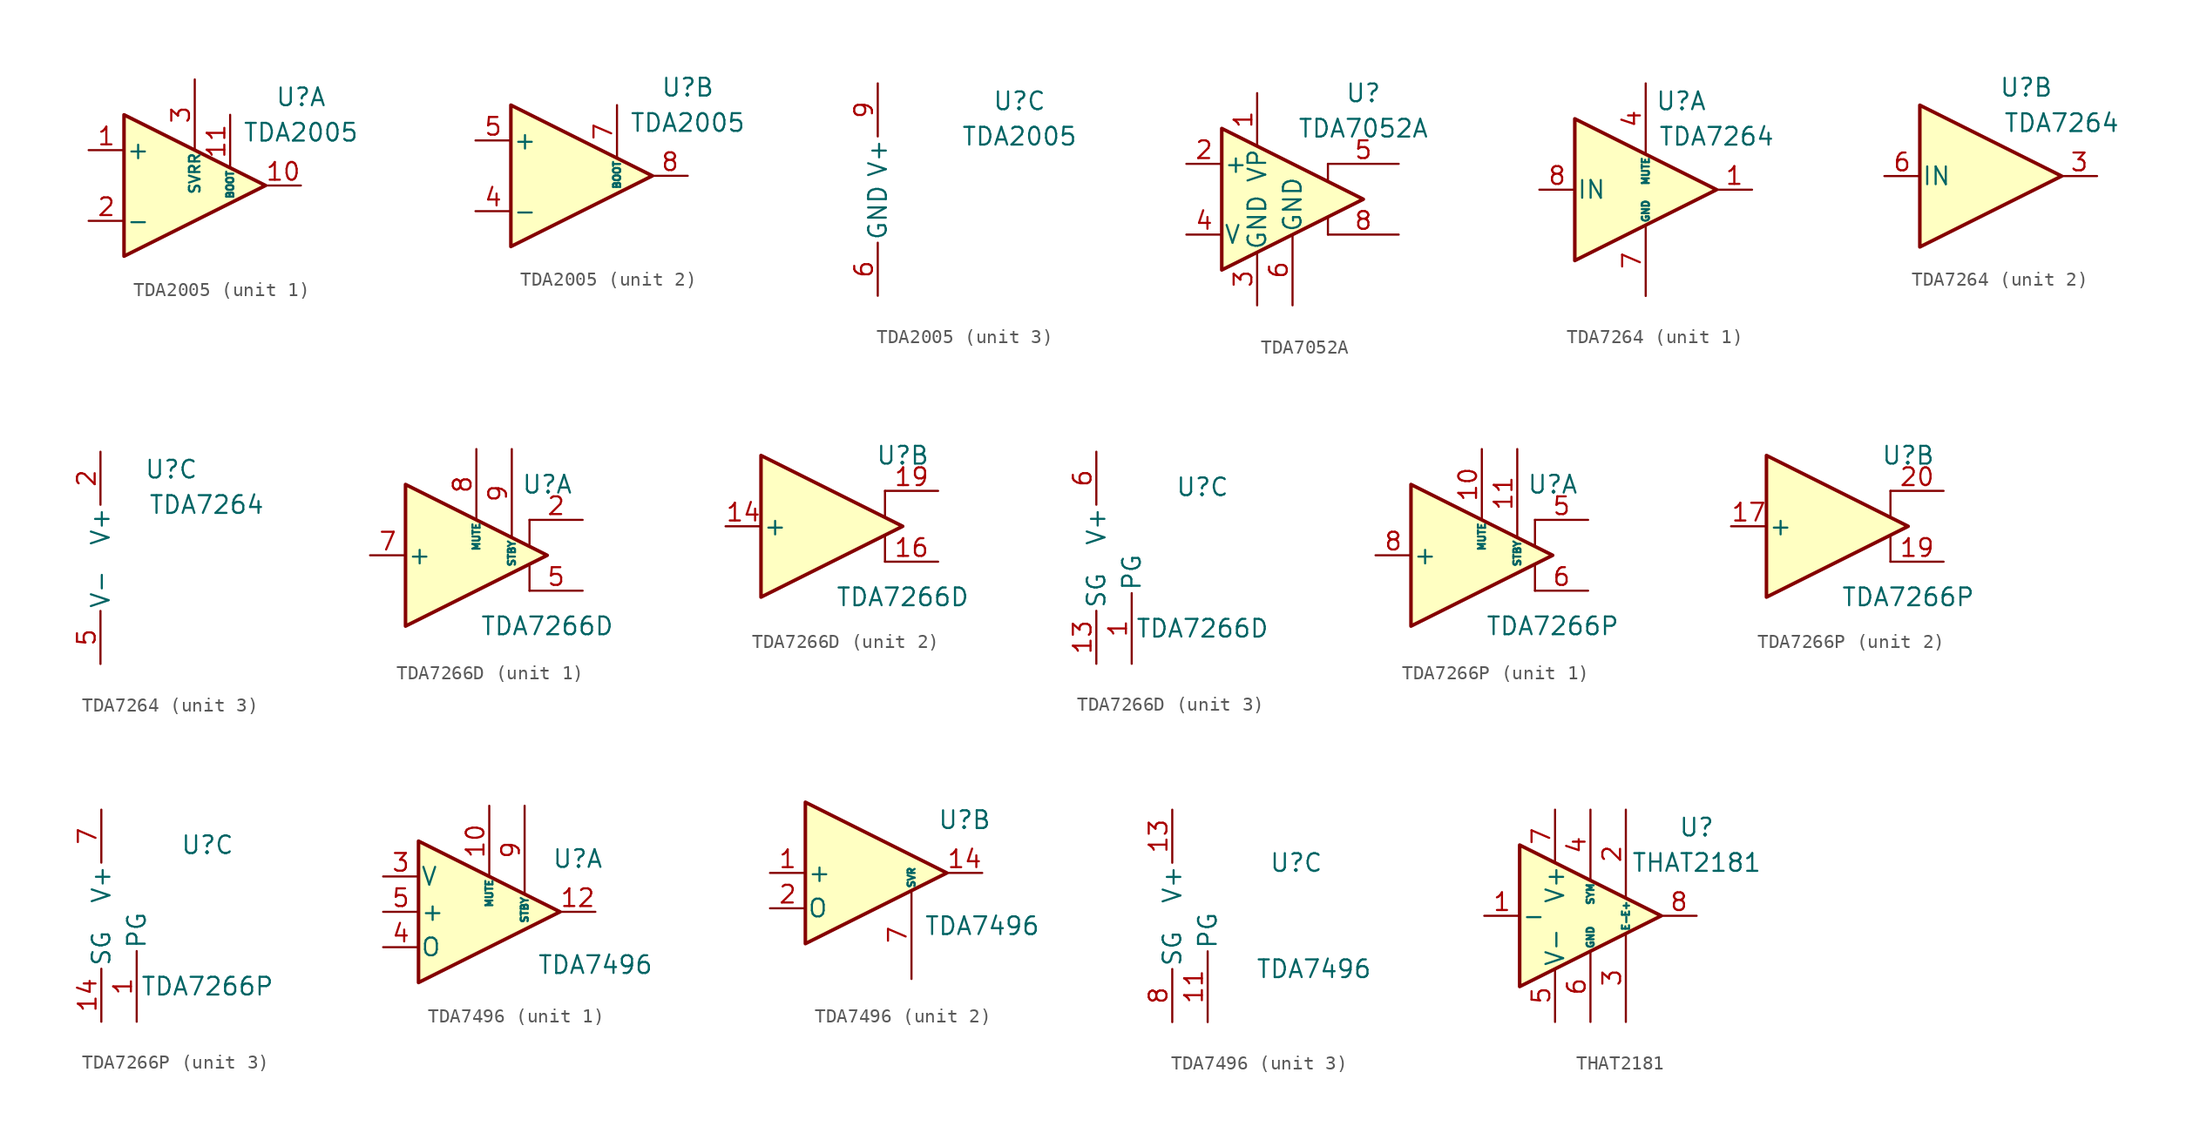
<source format=kicad_sym>
(kicad_symbol_lib
  (version 20201005)
  (generator kicad_symbol_editor)
  (symbol "TDA2005"
    (pin_names
      (offset 0.127))
    (property "Reference" "U"
      (at 7.62 6.35 0)
      (effects (font (size 1.27 1.27))))
    (property "Value" "TDA2005"
      (at 7.62 3.81 0)
      (effects (font (size 1.27 1.27))))
    (property "ki_locked" ""
      (at 0 0 0)
      (effects (font (size 1.27 1.27))))
    (symbol "TDA2005_1_1"
      (polyline (pts (xy -5.08 5.08) (xy 5.08 0) (xy -5.08 -5.08) (xy -5.08 5.08)) (stroke (width 0.254)) (fill (type background)))
      (pin input line (at -7.62 2.54 0) (length 2.54) (name "+" (effects (font (size 1.27 1.27)))) (number "1" (effects (font (size 1.27 1.27)))))
      (pin output line (at 7.62 0 180) (length 2.54) (name "~" (effects (font (size 1.27 1.27)))) (number "10" (effects (font (size 1.27 1.27)))))
      (pin passive line (at 2.54 5.08 270) (length 3.81) (name "BOOT" (effects (font (size 0.508 0.508)))) (number "11" (effects (font (size 1.27 1.27)))))
      (pin input line (at -7.62 -2.54 0) (length 2.54) (name "-" (effects (font (size 1.27 1.27)))) (number "2" (effects (font (size 1.27 1.27)))))
      (pin passive line (at 0 7.62 270) (length 5.08) (name "SVRR" (effects (font (size 0.762 0.762)))) (number "3" (effects (font (size 1.27 1.27))))))
    (symbol "TDA2005_2_1"
      (polyline (pts (xy -5.08 5.08) (xy 5.08 0) (xy -5.08 -5.08) (xy -5.08 5.08)) (stroke (width 0.254)) (fill (type background)))
      (pin input line (at -7.62 -2.54 0) (length 2.54) (name "-" (effects (font (size 1.27 1.27)))) (number "4" (effects (font (size 1.27 1.27)))))
      (pin input line (at -7.62 2.54 0) (length 2.54) (name "+" (effects (font (size 1.27 1.27)))) (number "5" (effects (font (size 1.27 1.27)))))
      (pin passive line (at 2.54 5.08 270) (length 3.81) (name "BOOT" (effects (font (size 0.508 0.508)))) (number "7" (effects (font (size 1.27 1.27)))))
      (pin output line (at 7.62 0 180) (length 2.54) (name "~" (effects (font (size 1.27 1.27)))) (number "8" (effects (font (size 1.27 1.27))))))
    (symbol "TDA2005_3_1"
      (pin power_in line (at -2.54 -7.62 90) (length 3.81) (name "GND" (effects (font (size 1.27 1.27)))) (number "6" (effects (font (size 1.27 1.27)))))
      (pin power_in line (at -2.54 7.62 270) (length 3.81) (name "V+" (effects (font (size 1.27 1.27)))) (number "9" (effects (font (size 1.27 1.27)))))))
  (symbol "TDA7052A"
    (pin_names
      (offset 0.127))
    (property "Reference" "U"
      (at 5.08 7.62 0)
      (effects (font (size 1.27 1.27))))
    (property "Value" "TDA7052A"
      (at 5.08 5.08 0)
      (effects (font (size 1.27 1.27))))
    (symbol "TDA7052A_0_1"
      (polyline (pts (xy 2.54 -1.27) (xy 2.54 -2.54)) (stroke (width 0)) (fill (type none)))
      (polyline (pts (xy 2.54 2.54) (xy 2.54 1.27)) (stroke (width 0)) (fill (type none)))
      (polyline (pts (xy 5.08 0) (xy -5.08 5.08) (xy -5.08 -5.08) (xy 5.08 0)) (stroke (width 0.254)) (fill (type background))))
    (symbol "TDA7052A_1_1"
      (pin power_in line (at -2.54 7.62 270) (length 3.81) (name "VP" (effects (font (size 1.27 1.27)))) (number "1" (effects (font (size 1.27 1.27)))))
      (pin input line (at -7.62 2.54 0) (length 2.54) (name "+" (effects (font (size 1.27 1.27)))) (number "2" (effects (font (size 1.27 1.27)))))
      (pin power_in line (at -2.54 -7.62 90) (length 3.81) (name "GND" (effects (font (size 1.27 1.27)))) (number "3" (effects (font (size 1.27 1.27)))))
      (pin input line (at -7.62 -2.54 0) (length 2.54) (name "V" (effects (font (size 1.27 1.27)))) (number "4" (effects (font (size 1.27 1.27)))))
      (pin output line (at 7.62 2.54 180) (length 5.08) (name "~" (effects (font (size 1.27 1.27)))) (number "5" (effects (font (size 1.27 1.27)))))
      (pin power_in line (at 0 -7.62 90) (length 5.08) (name "GND" (effects (font (size 1.27 1.27)))) (number "6" (effects (font (size 1.27 1.27)))))
      (pin no_connect line (at 0 2.54 270) (length 2.54) hide (name "NC" (effects (font (size 1.27 1.27)))) (number "7" (effects (font (size 1.27 1.27)))))
      (pin output line (at 7.62 -2.54 180) (length 5.08) (name "~" (effects (font (size 1.27 1.27)))) (number "8" (effects (font (size 1.27 1.27)))))))
  (symbol "TDA7264"
    (pin_names
      (offset 0.127))
    (property "Reference" "U"
      (at 2.54 6.35 0)
      (effects (font (size 1.27 1.27))))
    (property "Value" "TDA7264"
      (at 5.08 3.81 0)
      (effects (font (size 1.27 1.27))))
    (property "ki_locked" ""
      (at 0 0 0)
      (effects (font (size 1.27 1.27))))
    (symbol "TDA7264_1_1"
      (polyline (pts (xy 5.08 0) (xy -5.08 5.08) (xy -5.08 -5.08) (xy 5.08 0)) (stroke (width 0.254)) (fill (type background)))
      (pin output line (at 7.62 0 180) (length 2.54) (name "~" (effects (font (size 1.27 1.27)))) (number "1" (effects (font (size 1.27 1.27)))))
      (pin input line (at 0 7.62 270) (length 5.08) (name "MUTE" (effects (font (size 0.508 0.508)))) (number "4" (effects (font (size 1.27 1.27)))))
      (pin power_in line (at 0 -7.62 90) (length 5.08) (name "GND" (effects (font (size 0.508 0.508)))) (number "7" (effects (font (size 1.27 1.27)))))
      (pin input line (at -7.62 0 0) (length 2.54) (name "IN" (effects (font (size 1.27 1.27)))) (number "8" (effects (font (size 1.27 1.27))))))
    (symbol "TDA7264_2_1"
      (polyline (pts (xy 5.08 0) (xy -5.08 5.08) (xy -5.08 -5.08) (xy 5.08 0)) (stroke (width 0.254)) (fill (type background)))
      (pin output line (at 7.62 0 180) (length 2.54) (name "~" (effects (font (size 1.27 1.27)))) (number "3" (effects (font (size 1.27 1.27)))))
      (pin input line (at -7.62 0 0) (length 2.54) (name "IN" (effects (font (size 1.27 1.27)))) (number "6" (effects (font (size 1.27 1.27))))))
    (symbol "TDA7264_3_1"
      (pin power_in line (at -2.54 7.62 270) (length 3.81) (name "V+" (effects (font (size 1.27 1.27)))) (number "2" (effects (font (size 1.27 1.27)))))
      (pin power_in line (at -2.54 -7.62 90) (length 3.81) (name "V-" (effects (font (size 1.27 1.27)))) (number "5" (effects (font (size 1.27 1.27)))))))
  (symbol "TDA7266D"
    (pin_names
      (offset 0.127))
    (property "Reference" "U"
      (at 5.08 5.08 0)
      (effects (font (size 1.27 1.27))))
    (property "Value" "TDA7266D"
      (at 5.08 -5.08 0)
      (effects (font (size 1.27 1.27))))
    (property "ki_locked" ""
      (at 0 0 0)
      (effects (font (size 1.27 1.27))))
    (symbol "TDA7266D_1_1"
      (polyline (pts (xy 3.81 -0.635) (xy 3.81 -2.54)) (stroke (width 0)) (fill (type none)))
      (polyline (pts (xy 3.81 2.54) (xy 3.81 0.635)) (stroke (width 0)) (fill (type none)))
      (polyline (pts (xy 5.08 0) (xy -5.08 5.08) (xy -5.08 -5.08) (xy 5.08 0)) (stroke (width 0.254)) (fill (type background)))
      (pin no_connect line (at 2.54 2.54 270) (length 2.54) hide (name "NC" (effects (font (size 1.27 1.27)))) (number "12" (effects (font (size 1.27 1.27)))))
      (pin no_connect line (at -2.54 -2.54 90) (length 2.54) hide (name "NC" (effects (font (size 1.27 1.27)))) (number "17" (effects (font (size 1.27 1.27)))))
      (pin no_connect line (at 0 -2.54 90) (length 2.54) hide (name "NC" (effects (font (size 1.27 1.27)))) (number "18" (effects (font (size 1.27 1.27)))))
      (pin output line (at 7.62 2.54 180) (length 3.81) (name "~" (effects (font (size 1.27 1.27)))) (number "2" (effects (font (size 1.27 1.27)))))
      (pin no_connect line (at -2.54 2.54 270) (length 2.54) hide (name "NC" (effects (font (size 1.27 1.27)))) (number "3" (effects (font (size 1.27 1.27)))))
      (pin no_connect line (at 0 2.54 270) (length 2.54) hide (name "NC" (effects (font (size 1.27 1.27)))) (number "4" (effects (font (size 1.27 1.27)))))
      (pin output line (at 7.62 -2.54 180) (length 3.81) (name "~" (effects (font (size 1.27 1.27)))) (number "5" (effects (font (size 1.27 1.27)))))
      (pin input line (at -7.62 0 0) (length 2.54) (name "+" (effects (font (size 1.27 1.27)))) (number "7" (effects (font (size 1.27 1.27)))))
      (pin input line (at 0 7.62 270) (length 5.08) (name "MUTE" (effects (font (size 0.508 0.508)))) (number "8" (effects (font (size 1.27 1.27)))))
      (pin input line (at 2.54 7.62 270) (length 6.35) (name "STBY" (effects (font (size 0.508 0.508)))) (number "9" (effects (font (size 1.27 1.27))))))
    (symbol "TDA7266D_2_1"
      (polyline (pts (xy 3.81 -0.635) (xy 3.81 -2.54)) (stroke (width 0)) (fill (type none)))
      (polyline (pts (xy 3.81 2.54) (xy 3.81 0.635)) (stroke (width 0)) (fill (type none)))
      (polyline (pts (xy 5.08 0) (xy -5.08 5.08) (xy -5.08 -5.08) (xy 5.08 0)) (stroke (width 0.254)) (fill (type background)))
      (pin input line (at -7.62 0 0) (length 2.54) (name "+" (effects (font (size 1.27 1.27)))) (number "14" (effects (font (size 1.27 1.27)))))
      (pin output line (at 7.62 -2.54 180) (length 3.81) (name "~" (effects (font (size 1.27 1.27)))) (number "16" (effects (font (size 1.27 1.27)))))
      (pin output line (at 7.62 2.54 180) (length 3.81) (name "~" (effects (font (size 1.27 1.27)))) (number "19" (effects (font (size 1.27 1.27))))))
    (symbol "TDA7266D_3_1"
      (pin power_in line (at 0 -7.62 90) (length 5.08) (name "PG" (effects (font (size 1.27 1.27)))) (number "1" (effects (font (size 1.27 1.27)))))
      (pin passive line (at 0 -7.62 90) (length 5.08) hide (name "PG" (effects (font (size 1.27 1.27)))) (number "10" (effects (font (size 1.27 1.27)))))
      (pin passive line (at 0 -7.62 90) (length 5.08) hide (name "PG" (effects (font (size 1.27 1.27)))) (number "11" (effects (font (size 1.27 1.27)))))
      (pin power_in line (at -2.54 -7.62 90) (length 3.81) (name "SG" (effects (font (size 1.27 1.27)))) (number "13" (effects (font (size 1.27 1.27)))))
      (pin passive line (at -2.54 7.62 270) (length 3.81) hide (name "V+" (effects (font (size 1.27 1.27)))) (number "15" (effects (font (size 1.27 1.27)))))
      (pin passive line (at 0 -7.62 90) (length 5.08) hide (name "PG" (effects (font (size 1.27 1.27)))) (number "20" (effects (font (size 1.27 1.27)))))
      (pin power_in line (at -2.54 7.62 270) (length 3.81) (name "V+" (effects (font (size 1.27 1.27)))) (number "6" (effects (font (size 1.27 1.27)))))))
  (symbol "TDA7266P"
    (pin_names
      (offset 0.127))
    (property "Reference" "U"
      (at 5.08 5.08 0)
      (effects (font (size 1.27 1.27))))
    (property "Value" "TDA7266P"
      (at 5.08 -5.08 0)
      (effects (font (size 1.27 1.27))))
    (property "ki_locked" ""
      (at 0 0 0)
      (effects (font (size 1.27 1.27))))
    (symbol "TDA7266P_1_1"
      (polyline (pts (xy 3.81 -0.635) (xy 3.81 -2.54)) (stroke (width 0)) (fill (type none)))
      (polyline (pts (xy 3.81 2.54) (xy 3.81 0.635)) (stroke (width 0)) (fill (type none)))
      (polyline (pts (xy 5.08 0) (xy -5.08 5.08) (xy -5.08 -5.08) (xy 5.08 0)) (stroke (width 0.254)) (fill (type background)))
      (pin input line (at 0 7.62 270) (length 5.08) (name "MUTE" (effects (font (size 0.508 0.508)))) (number "10" (effects (font (size 1.27 1.27)))))
      (pin input line (at 2.54 7.62 270) (length 6.35) (name "STBY" (effects (font (size 0.508 0.508)))) (number "11" (effects (font (size 1.27 1.27)))))
      (pin no_connect line (at -2.54 0 270) (length 2.54) hide (name "NC" (effects (font (size 1.27 1.27)))) (number "12" (effects (font (size 1.27 1.27)))))
      (pin no_connect line (at 0 0 270) (length 2.54) hide (name "NC" (effects (font (size 1.27 1.27)))) (number "13" (effects (font (size 1.27 1.27)))))
      (pin no_connect line (at 2.54 0 270) (length 2.54) hide (name "NC" (effects (font (size 1.27 1.27)))) (number "15" (effects (font (size 1.27 1.27)))))
      (pin no_connect line (at -5.08 -2.54 90) (length 2.54) hide (name "NC" (effects (font (size 1.27 1.27)))) (number "16" (effects (font (size 1.27 1.27)))))
      (pin no_connect line (at -5.08 2.54 270) (length 2.54) hide (name "NC" (effects (font (size 1.27 1.27)))) (number "2" (effects (font (size 1.27 1.27)))))
      (pin no_connect line (at -2.54 -2.54 90) (length 2.54) hide (name "NC" (effects (font (size 1.27 1.27)))) (number "21" (effects (font (size 1.27 1.27)))))
      (pin no_connect line (at 0 -2.54 90) (length 2.54) hide (name "NC" (effects (font (size 1.27 1.27)))) (number "22" (effects (font (size 1.27 1.27)))))
      (pin no_connect line (at 2.54 -2.54 90) (length 2.54) hide (name "NC" (effects (font (size 1.27 1.27)))) (number "23" (effects (font (size 1.27 1.27)))))
      (pin no_connect line (at -2.54 2.54 270) (length 2.54) hide (name "NC" (effects (font (size 1.27 1.27)))) (number "3" (effects (font (size 1.27 1.27)))))
      (pin no_connect line (at 0 2.54 270) (length 2.54) hide (name "NC" (effects (font (size 1.27 1.27)))) (number "4" (effects (font (size 1.27 1.27)))))
      (pin output line (at 7.62 2.54 180) (length 3.81) (name "~" (effects (font (size 1.27 1.27)))) (number "5" (effects (font (size 1.27 1.27)))))
      (pin output line (at 7.62 -2.54 180) (length 3.81) (name "~" (effects (font (size 1.27 1.27)))) (number "6" (effects (font (size 1.27 1.27)))))
      (pin input line (at -7.62 0 0) (length 2.54) (name "+" (effects (font (size 1.27 1.27)))) (number "8" (effects (font (size 1.27 1.27)))))
      (pin no_connect line (at 2.54 2.54 270) (length 2.54) hide (name "NC" (effects (font (size 1.27 1.27)))) (number "9" (effects (font (size 1.27 1.27))))))
    (symbol "TDA7266P_2_1"
      (polyline (pts (xy 3.81 -0.635) (xy 3.81 -2.54)) (stroke (width 0)) (fill (type none)))
      (polyline (pts (xy 3.81 2.54) (xy 3.81 0.635)) (stroke (width 0)) (fill (type none)))
      (polyline (pts (xy 5.08 0) (xy -5.08 5.08) (xy -5.08 -5.08) (xy 5.08 0)) (stroke (width 0.254)) (fill (type background)))
      (pin input line (at -7.62 0 0) (length 2.54) (name "+" (effects (font (size 1.27 1.27)))) (number "17" (effects (font (size 1.27 1.27)))))
      (pin output line (at 7.62 -2.54 180) (length 3.81) (name "~" (effects (font (size 1.27 1.27)))) (number "19" (effects (font (size 1.27 1.27)))))
      (pin output line (at 7.62 2.54 180) (length 3.81) (name "~" (effects (font (size 1.27 1.27)))) (number "20" (effects (font (size 1.27 1.27))))))
    (symbol "TDA7266P_3_1"
      (pin power_in line (at 0 -7.62 90) (length 5.08) (name "PG" (effects (font (size 1.27 1.27)))) (number "1" (effects (font (size 1.27 1.27)))))
      (pin power_in line (at -2.54 -7.62 90) (length 3.81) (name "SG" (effects (font (size 1.27 1.27)))) (number "14" (effects (font (size 1.27 1.27)))))
      (pin passive line (at -2.54 7.62 270) (length 3.81) hide (name "V+" (effects (font (size 1.27 1.27)))) (number "18" (effects (font (size 1.27 1.27)))))
      (pin passive line (at 0 -7.62 90) (length 5.08) hide (name "PG" (effects (font (size 1.27 1.27)))) (number "24" (effects (font (size 1.27 1.27)))))
      (pin power_in line (at -2.54 7.62 270) (length 3.81) (name "V+" (effects (font (size 1.27 1.27)))) (number "7" (effects (font (size 1.27 1.27)))))))
  (symbol "TDA7496"
    (pin_names
      (offset 0.127))
    (property "Reference" "U"
      (at 6.35 3.81 0)
      (effects (font (size 1.27 1.27))))
    (property "Value" "TDA7496"
      (at 7.62 -3.81 0)
      (effects (font (size 1.27 1.27))))
    (property "ki_locked" ""
      (at 0 0 0)
      (effects (font (size 1.27 1.27))))
    (symbol "TDA7496_1_1"
      (polyline (pts (xy 5.08 0) (xy -5.08 5.08) (xy -5.08 -5.08) (xy 5.08 0)) (stroke (width 0.254)) (fill (type background)))
      (pin input line (at 0 7.62 270) (length 5.08) (name "MUTE" (effects (font (size 0.508 0.508)))) (number "10" (effects (font (size 1.27 1.27)))))
      (pin output line (at 7.62 0 180) (length 2.54) (name "~" (effects (font (size 1.27 1.27)))) (number "12" (effects (font (size 1.27 1.27)))))
      (pin input line (at -7.62 2.54 0) (length 2.54) (name "V" (effects (font (size 1.27 1.27)))) (number "3" (effects (font (size 1.27 1.27)))))
      (pin output line (at -7.62 -2.54 0) (length 2.54) (name "O" (effects (font (size 1.27 1.27)))) (number "4" (effects (font (size 1.27 1.27)))))
      (pin input line (at -7.62 0 0) (length 2.54) (name "+" (effects (font (size 1.27 1.27)))) (number "5" (effects (font (size 1.27 1.27)))))
      (pin no_connect line (at 0 2.54 270) (length 2.54) hide (name "NC" (effects (font (size 1.27 1.27)))) (number "6" (effects (font (size 1.27 1.27)))))
      (pin input line (at 2.54 7.62 270) (length 6.35) (name "STBY" (effects (font (size 0.508 0.508)))) (number "9" (effects (font (size 1.27 1.27))))))
    (symbol "TDA7496_2_1"
      (polyline (pts (xy 5.08 0) (xy -5.08 5.08) (xy -5.08 -5.08) (xy 5.08 0)) (stroke (width 0.254)) (fill (type background)))
      (pin input line (at -7.62 0 0) (length 2.54) (name "+" (effects (font (size 1.27 1.27)))) (number "1" (effects (font (size 1.27 1.27)))))
      (pin output line (at 7.62 0 180) (length 2.54) (name "~" (effects (font (size 1.27 1.27)))) (number "14" (effects (font (size 1.27 1.27)))))
      (pin output line (at -7.62 -2.54 0) (length 2.54) (name "O" (effects (font (size 1.27 1.27)))) (number "2" (effects (font (size 1.27 1.27)))))
      (pin passive line (at 2.54 -7.62 90) (length 6.35) (name "SVR" (effects (font (size 0.508 0.508)))) (number "7" (effects (font (size 1.27 1.27))))))
    (symbol "TDA7496_3_1"
      (pin power_in line (at 0 -7.62 90) (length 5.08) (name "PG" (effects (font (size 1.27 1.27)))) (number "11" (effects (font (size 1.27 1.27)))))
      (pin power_in line (at -2.54 7.62 270) (length 3.81) (name "V+" (effects (font (size 1.27 1.27)))) (number "13" (effects (font (size 1.27 1.27)))))
      (pin passive line (at 0 -7.62 90) (length 5.08) hide (name "PG" (effects (font (size 1.27 1.27)))) (number "15" (effects (font (size 1.27 1.27)))))
      (pin power_in line (at -2.54 -7.62 90) (length 3.81) (name "SG" (effects (font (size 1.27 1.27)))) (number "8" (effects (font (size 1.27 1.27)))))))
  (symbol "THAT2181"
    (pin_names
      (offset 0.127))
    (property "Reference" "U"
      (at 7.62 6.35 0)
      (effects (font (size 1.27 1.27))))
    (property "Value" "THAT2181"
      (at 7.62 3.81 0)
      (effects (font (size 1.27 1.27))))
    (symbol "THAT2181_0_0"
      (pin power_in line (at -2.54 -7.62 90) (length 3.81) (name "V-" (effects (font (size 1.27 1.27)))) (number "5" (effects (font (size 1.27 1.27)))))
      (pin power_in line (at 0 -7.62 90) (length 5.08) (name "GND" (effects (font (size 0.508 0.508)))) (number "6" (effects (font (size 1.27 1.27)))))
      (pin power_in line (at -2.54 7.62 270) (length 3.81) (name "V+" (effects (font (size 1.27 1.27)))) (number "7" (effects (font (size 1.27 1.27))))))
    (symbol "THAT2181_0_1"
      (polyline (pts (xy -5.08 5.08) (xy 5.08 0) (xy -5.08 -5.08) (xy -5.08 5.08)) (stroke (width 0.254)) (fill (type background))))
    (symbol "THAT2181_1_1"
      (pin input line (at -7.62 0 0) (length 2.54) (name "-" (effects (font (size 1.27 1.27)))) (number "1" (effects (font (size 1.27 1.27)))))
      (pin input line (at 2.54 7.62 270) (length 6.35) (name "E+" (effects (font (size 0.508 0.508)))) (number "2" (effects (font (size 1.27 1.27)))))
      (pin input line (at 2.54 -7.62 90) (length 6.35) (name "E-" (effects (font (size 0.508 0.508)))) (number "3" (effects (font (size 1.27 1.27)))))
      (pin input line (at 0 7.62 270) (length 5.08) (name "SYM" (effects (font (size 0.508 0.508)))) (number "4" (effects (font (size 1.27 1.27)))))
      (pin output line (at 7.62 0 180) (length 2.54) (name "~" (effects (font (size 1.27 1.27)))) (number "8" (effects (font (size 1.27 1.27))))))))
</source>
